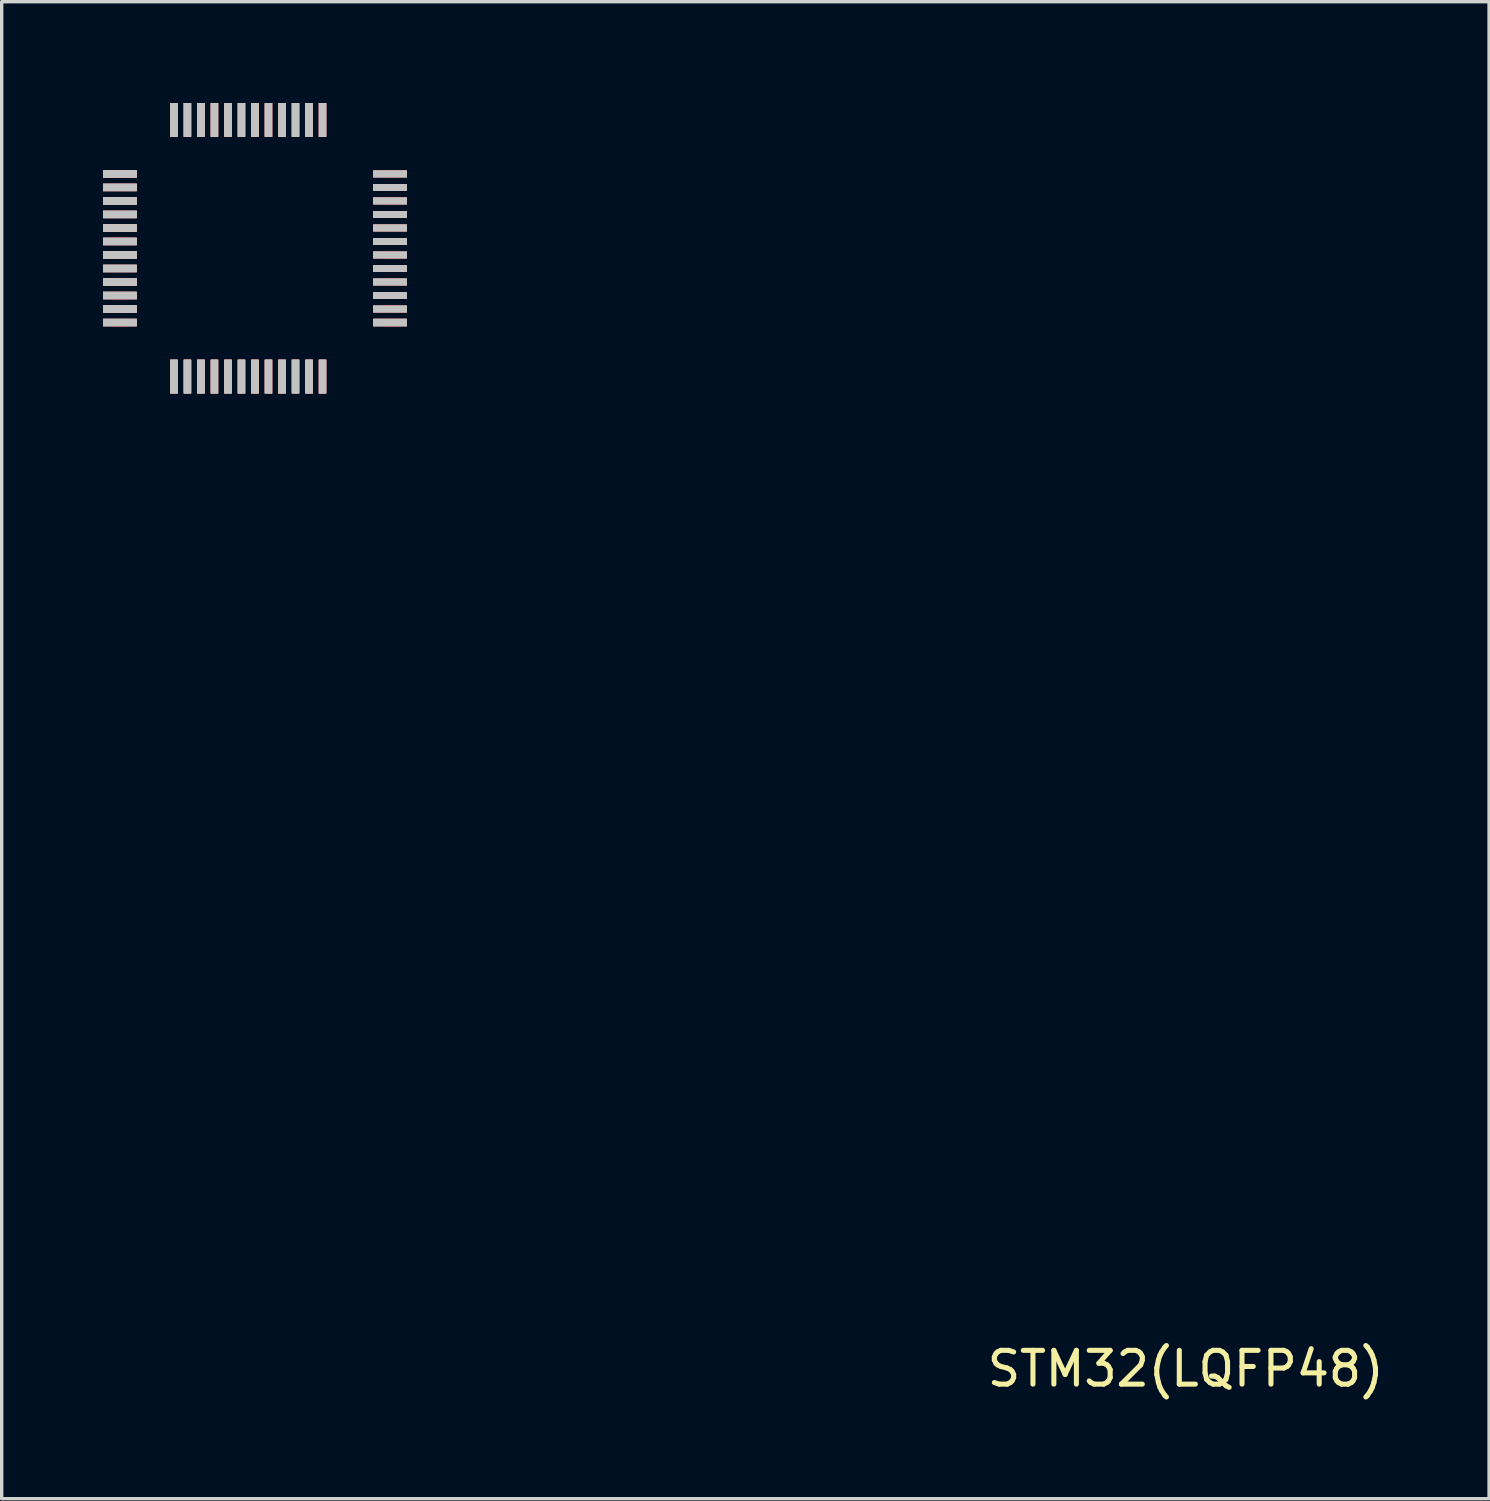
<source format=kicad_pcb>
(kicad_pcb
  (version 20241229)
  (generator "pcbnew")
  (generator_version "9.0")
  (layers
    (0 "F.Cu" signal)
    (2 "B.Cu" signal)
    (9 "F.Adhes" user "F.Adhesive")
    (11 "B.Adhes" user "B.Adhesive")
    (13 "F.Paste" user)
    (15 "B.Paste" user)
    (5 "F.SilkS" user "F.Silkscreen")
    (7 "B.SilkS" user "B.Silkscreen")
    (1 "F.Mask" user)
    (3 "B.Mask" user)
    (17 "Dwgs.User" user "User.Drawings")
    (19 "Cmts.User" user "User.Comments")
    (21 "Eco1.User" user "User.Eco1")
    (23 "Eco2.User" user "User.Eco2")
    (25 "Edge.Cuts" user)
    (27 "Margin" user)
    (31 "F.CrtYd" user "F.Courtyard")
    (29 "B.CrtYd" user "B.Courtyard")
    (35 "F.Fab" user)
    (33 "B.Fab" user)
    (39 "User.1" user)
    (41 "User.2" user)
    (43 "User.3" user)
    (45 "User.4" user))
  (footprint "STM32(LQFP48)"
    (layer "F.Cu")
    (at 18.36 19.9)
    (property "Reference" "STM32(LQFP48)" (at 13.7 17.58 0) (layer "F.SilkS") (effects (font (size 1 1) (thickness 0.15))))
    (attr through_hole)
    (pad "1" smd rect (at -17.86 -17.8) (size 1 0.22) (layers "*.Adhes" "*.Paste" "*.SilkS" "*.Mask" "F.Cu" "Dwgs.User" "Eco1.User" "Eco2.User"))
    (pad "2" smd rect (at -17.86 -17.4) (size 1 0.22) (layers "*.Adhes" "*.Paste" "*.SilkS" "*.Mask" "F.Cu" "Dwgs.User" "Eco1.User" "Eco2.User"))
    (pad "3" smd rect (at -17.86 -17) (size 1 0.22) (layers "*.Adhes" "*.Paste" "*.SilkS" "*.Mask" "F.Cu" "Dwgs.User" "Eco1.User" "Eco2.User"))
    (pad "4" smd rect (at -17.86 -16.6) (size 1 0.22) (layers "*.Adhes" "*.Paste" "*.SilkS" "*.Mask" "F.Cu" "Dwgs.User" "Eco1.User" "Eco2.User"))
    (pad "5" smd rect (at -17.86 -16.2) (size 1 0.22) (layers "*.Adhes" "*.Paste" "*.SilkS" "*.Mask" "F.Cu" "Dwgs.User" "Eco1.User" "Eco2.User"))
    (pad "6" smd rect (at -17.86 -15.8) (size 1 0.22) (layers "*.Adhes" "*.Paste" "*.SilkS" "*.Mask" "F.Cu" "Dwgs.User" "Eco1.User" "Eco2.User"))
    (pad "7" smd rect (at -17.86 -15.4) (size 1 0.22) (layers "*.Adhes" "*.Paste" "*.SilkS" "*.Mask" "F.Cu" "Dwgs.User" "Eco1.User" "Eco2.User"))
    (pad "8" smd rect (at -17.86 -15) (size 1 0.22) (layers "*.Adhes" "*.Paste" "*.SilkS" "*.Mask" "F.Cu" "Dwgs.User" "Eco1.User" "Eco2.User"))
    (pad "9" smd rect (at -17.86 -14.6) (size 1 0.22) (layers "*.Adhes" "*.Paste" "*.SilkS" "*.Mask" "F.Cu" "Dwgs.User" "Eco1.User" "Eco2.User"))
    (pad "10" smd rect (at -17.86 -14.2) (size 1 0.22) (layers "*.Adhes" "*.Paste" "*.SilkS" "*.Mask" "F.Cu" "Dwgs.User" "Eco1.User" "Eco2.User"))
    (pad "11" smd rect (at -17.86 -13.8) (size 1 0.22) (layers "*.Adhes" "*.Paste" "*.SilkS" "*.Mask" "F.Cu" "Dwgs.User" "Eco1.User" "Eco2.User"))
    (pad "12" smd rect (at -17.86 -13.4) (size 1 0.22) (layers "*.Adhes" "*.Paste" "*.SilkS" "*.Mask" "F.Cu" "Dwgs.User" "Eco1.User" "Eco2.User"))
    (pad "13" smd rect (at -16.26 -11.8) (size 0.22 1) (layers "*.Adhes" "*.Paste" "*.SilkS" "*.Mask" "F.Cu" "Dwgs.User" "Eco1.User" "Eco2.User"))
    (pad "14" smd rect (at -15.86 -11.8) (size 0.22 1) (layers "*.Adhes" "*.Paste" "*.SilkS" "*.Mask" "F.Cu" "Dwgs.User" "Eco1.User" "Eco2.User"))
    (pad "15" smd rect (at -15.46 -11.8) (size 0.22 1) (layers "*.Adhes" "*.Paste" "*.SilkS" "*.Mask" "F.Cu" "Dwgs.User" "Eco1.User" "Eco2.User"))
    (pad "16" smd rect (at -15.06 -11.8) (size 0.22 1) (layers "*.Adhes" "*.Paste" "*.SilkS" "*.Mask" "F.Cu" "Dwgs.User" "Eco1.User" "Eco2.User"))
    (pad "17" smd rect (at -14.66 -11.8) (size 0.22 1) (layers "*.Adhes" "*.Paste" "*.SilkS" "*.Mask" "F.Cu" "Dwgs.User" "Eco1.User" "Eco2.User"))
    (pad "18" smd rect (at -14.26 -11.8) (size 0.22 1) (layers "*.Adhes" "*.Paste" "*.SilkS" "*.Mask" "F.Cu" "Dwgs.User" "Eco1.User" "Eco2.User"))
    (pad "19" smd rect (at -13.86 -11.8) (size 0.22 1) (layers "*.Adhes" "*.Paste" "*.SilkS" "*.Mask" "F.Cu" "Dwgs.User" "Eco1.User" "Eco2.User"))
    (pad "20" smd rect (at -13.46 -11.8) (size 0.22 1) (layers "*.Adhes" "*.Paste" "*.SilkS" "*.Mask" "F.Cu" "Dwgs.User" "Eco1.User" "Eco2.User"))
    (pad "21" smd rect (at -13.06 -11.8) (size 0.22 1) (layers "*.Adhes" "*.Paste" "*.SilkS" "*.Mask" "F.Cu" "Dwgs.User" "Eco1.User" "Eco2.User"))
    (pad "22" smd rect (at -12.66 -11.8) (size 0.22 1) (layers "*.Adhes" "*.Paste" "*.SilkS" "*.Mask" "F.Cu" "Dwgs.User" "Eco1.User" "Eco2.User"))
    (pad "23" smd rect (at -12.26 -11.8) (size 0.22 1) (layers "*.Adhes" "*.Paste" "*.SilkS" "*.Mask" "F.Cu" "Dwgs.User" "Eco1.User" "Eco2.User"))
    (pad "24" smd rect (at -11.86 -11.8) (size 0.22 1) (layers "*.Adhes" "*.Paste" "*.SilkS" "*.Mask" "F.Cu" "Dwgs.User" "Eco1.User" "Eco2.User"))
    (pad "25" smd rect (at -9.86 -13.4) (size 1 0.22) (layers "*.Adhes" "*.Paste" "*.SilkS" "*.Mask" "F.Cu" "Dwgs.User" "Eco1.User" "Eco2.User"))
    (pad "26" smd rect (at -9.86 -13.8) (size 1 0.2) (layers "*.Adhes" "*.Paste" "*.SilkS" "*.Mask" "F.Cu" "Dwgs.User" "Eco1.User" "Eco2.User"))
    (pad "27" smd rect (at -9.86 -14.2) (size 1 0.2) (layers "*.Adhes" "*.Paste" "*.SilkS" "*.Mask" "F.Cu" "Dwgs.User" "Eco1.User" "Eco2.User"))
    (pad "28" smd rect (at -9.86 -14.6) (size 1 0.2) (layers "*.Adhes" "*.Paste" "*.SilkS" "*.Mask" "F.Cu" "Dwgs.User" "Eco1.User" "Eco2.User"))
    (pad "29" smd rect (at -9.86 -15) (size 1 0.2) (layers "*.Adhes" "*.Paste" "*.SilkS" "*.Mask" "F.Cu" "Dwgs.User" "Eco1.User" "Eco2.User"))
    (pad "30" smd rect (at -9.86 -15.4) (size 1 0.2) (layers "*.Adhes" "*.Paste" "*.SilkS" "*.Mask" "F.Cu" "Dwgs.User" "Eco1.User" "Eco2.User"))
    (pad "31" smd rect (at -9.86 -15.8) (size 1 0.2) (layers "*.Adhes" "*.Paste" "*.SilkS" "*.Mask" "F.Cu" "Dwgs.User" "Eco1.User" "Eco2.User"))
    (pad "32" smd rect (at -9.86 -16.2) (size 1 0.2) (layers "*.Adhes" "*.Paste" "*.SilkS" "*.Mask" "F.Cu" "Dwgs.User" "Eco1.User" "Eco2.User"))
    (pad "33" smd rect (at -9.86 -16.6) (size 1 0.2) (layers "*.Adhes" "*.Paste" "*.SilkS" "*.Mask" "F.Cu" "Dwgs.User" "Eco1.User" "Eco2.User"))
    (pad "34" smd rect (at -9.86 -17) (size 1 0.2) (layers "*.Adhes" "*.Paste" "*.SilkS" "*.Mask" "F.Cu" "Dwgs.User" "Eco1.User" "Eco2.User"))
    (pad "35" smd rect (at -9.86 -17.4) (size 1 0.2) (layers "*.Adhes" "*.Paste" "*.SilkS" "*.Mask" "F.Cu" "Dwgs.User" "Eco1.User" "Eco2.User"))
    (pad "36" smd rect (at -9.86 -17.8) (size 1 0.2) (layers "*.Adhes" "*.Paste" "*.SilkS" "*.Mask" "F.Cu" "Dwgs.User" "Eco1.User" "Eco2.User"))
    (pad "37" smd rect (at -11.86 -19.4) (size 0.22 1) (layers "*.Adhes" "*.Paste" "*.SilkS" "*.Mask" "F.Cu" "Dwgs.User" "Eco1.User" "Eco2.User"))
    (pad "38" smd rect (at -12.26 -19.4) (size 0.22 1) (layers "*.Adhes" "*.Paste" "*.SilkS" "*.Mask" "F.Cu" "Dwgs.User" "Eco1.User" "Eco2.User"))
    (pad "39" smd rect (at -12.66 -19.4) (size 0.22 1) (layers "*.Adhes" "*.Paste" "*.SilkS" "*.Mask" "F.Cu" "Dwgs.User" "Eco1.User" "Eco2.User"))
    (pad "40" smd rect (at -13.06 -19.4) (size 0.22 1) (layers "*.Adhes" "*.Paste" "*.SilkS" "*.Mask" "F.Cu" "Dwgs.User" "Eco1.User" "Eco2.User"))
    (pad "41" smd rect (at -13.46 -19.4) (size 0.22 1) (layers "*.Adhes" "*.Paste" "*.SilkS" "*.Mask" "F.Cu" "Dwgs.User" "Eco1.User" "Eco2.User"))
    (pad "42" smd rect (at -13.86 -19.4) (size 0.22 1) (layers "*.Adhes" "*.Paste" "*.SilkS" "*.Mask" "F.Cu" "Dwgs.User" "Eco1.User" "Eco2.User"))
    (pad "43" smd rect (at -14.26 -19.4) (size 0.22 1) (layers "*.Adhes" "*.Paste" "*.SilkS" "*.Mask" "F.Cu" "Dwgs.User" "Eco1.User" "Eco2.User"))
    (pad "44" smd rect (at -14.66 -19.4) (size 0.22 1) (layers "*.Adhes" "*.Paste" "*.SilkS" "*.Mask" "F.Cu" "Dwgs.User" "Eco1.User" "Eco2.User"))
    (pad "45" smd rect (at -15.06 -19.4) (size 0.22 1) (layers "*.Adhes" "*.Paste" "*.SilkS" "*.Mask" "F.Cu" "Dwgs.User" "Eco1.User" "Eco2.User"))
    (pad "46" smd rect (at -15.46 -19.4) (size 0.22 1) (layers "*.Adhes" "*.Paste" "*.SilkS" "*.Mask" "F.Cu" "Dwgs.User" "Eco1.User" "Eco2.User"))
    (pad "47" smd rect (at -15.86 -19.4) (size 0.22 1) (layers "*.Adhes" "*.Paste" "*.SilkS" "*.Mask" "F.Cu" "Dwgs.User" "Eco1.User" "Eco2.User"))
    (pad "48" smd rect (at -16.26 -19.4) (size 0.22 1) (layers "*.Adhes" "*.Paste" "*.SilkS" "*.Mask" "F.Cu" "Dwgs.User" "Eco1.User" "Eco2.User")))
  (gr_rect
    (start -3 -3)
    (end 41.042 41.328)
    (stroke (width 0.1) (type default))
    (fill no)
    (layer "Edge.Cuts")))
</source>
